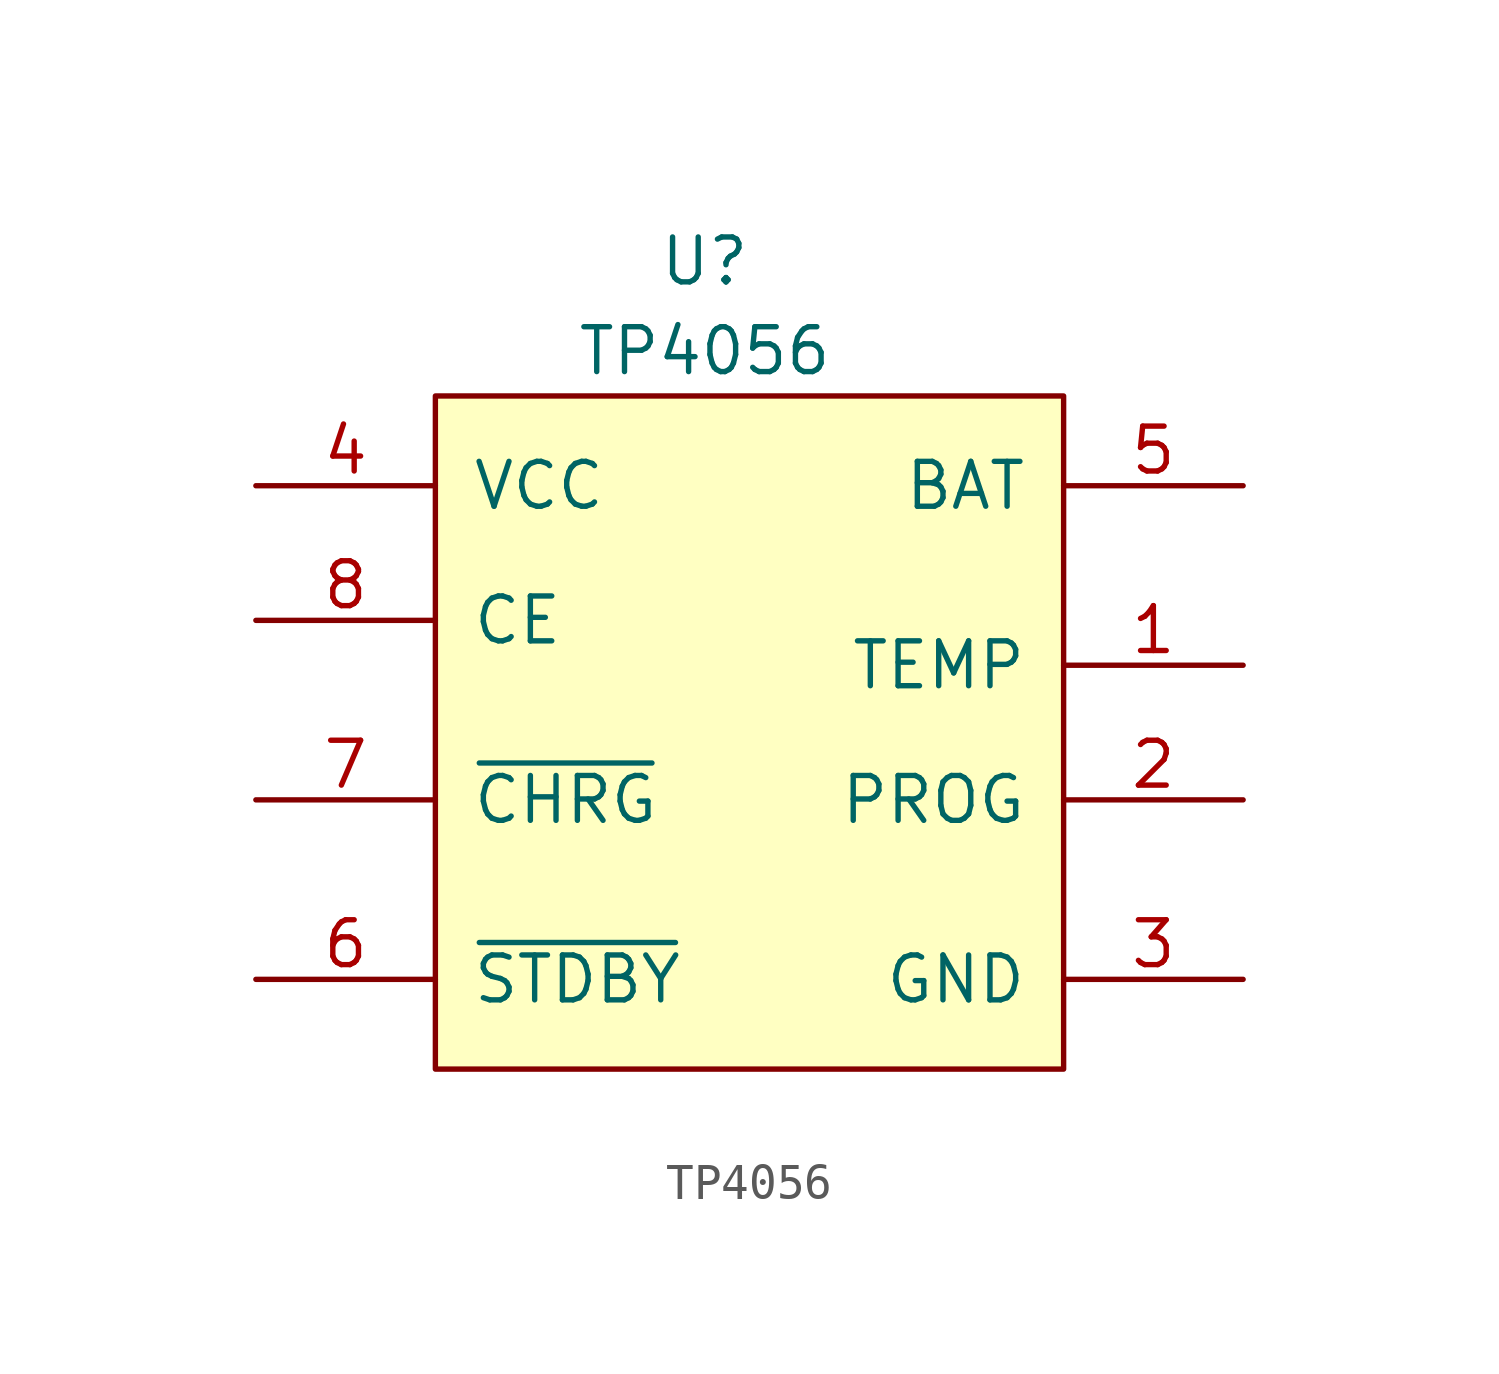
<source format=kicad_sym>
(kicad_symbol_lib
  (version 20220914)
  (generator kicad_symbol_editor)
  (symbol "TP4056"
    (pin_names
      (offset 1.016))
    (property "Reference" "U"
      (at 0 10.16 0)
      (effects (font (size 1.27 1.27))))
    (property "Value" "TP4056"
      (at 0 7.62 0)
      (effects (font (size 1.27 1.27))))
    (symbol "TP4056_0_1"
      (rectangle (start -7.62 6.35) (end 10.16 -12.7) (stroke (width 0) (type solid)) (fill (type background))))
    (symbol "TP4056_1_1"
      (pin passive line (at 15.24 -1.27 180) (length 5.08) (name "TEMP" (effects (font (size 1.27 1.27)))) (number "1" (effects (font (size 1.27 1.27)))))
      (pin passive line (at 15.24 -5.08 180) (length 5.08) (name "PROG" (effects (font (size 1.27 1.27)))) (number "2" (effects (font (size 1.27 1.27)))))
      (pin passive line (at 15.24 -10.16 180) (length 5.08) (name "GND" (effects (font (size 1.27 1.27)))) (number "3" (effects (font (size 1.27 1.27)))))
      (pin power_in line (at -12.7 3.81 0) (length 5.08) (name "VCC" (effects (font (size 1.27 1.27)))) (number "4" (effects (font (size 1.27 1.27)))))
      (pin power_out line (at 15.24 3.81 180) (length 5.08) (name "BAT" (effects (font (size 1.27 1.27)))) (number "5" (effects (font (size 1.27 1.27)))))
      (pin passive line (at -12.7 -10.16 0) (length 5.08) (name "~{STDBY}" (effects (font (size 1.27 1.27)))) (number "6" (effects (font (size 1.27 1.27)))))
      (pin passive line (at -12.7 -5.08 0) (length 5.08) (name "~{CHRG}" (effects (font (size 1.27 1.27)))) (number "7" (effects (font (size 1.27 1.27)))))
      (pin passive line (at -12.7 0 0) (length 5.08) (name "CE" (effects (font (size 1.27 1.27)))) (number "8" (effects (font (size 1.27 1.27))))))))
</source>
